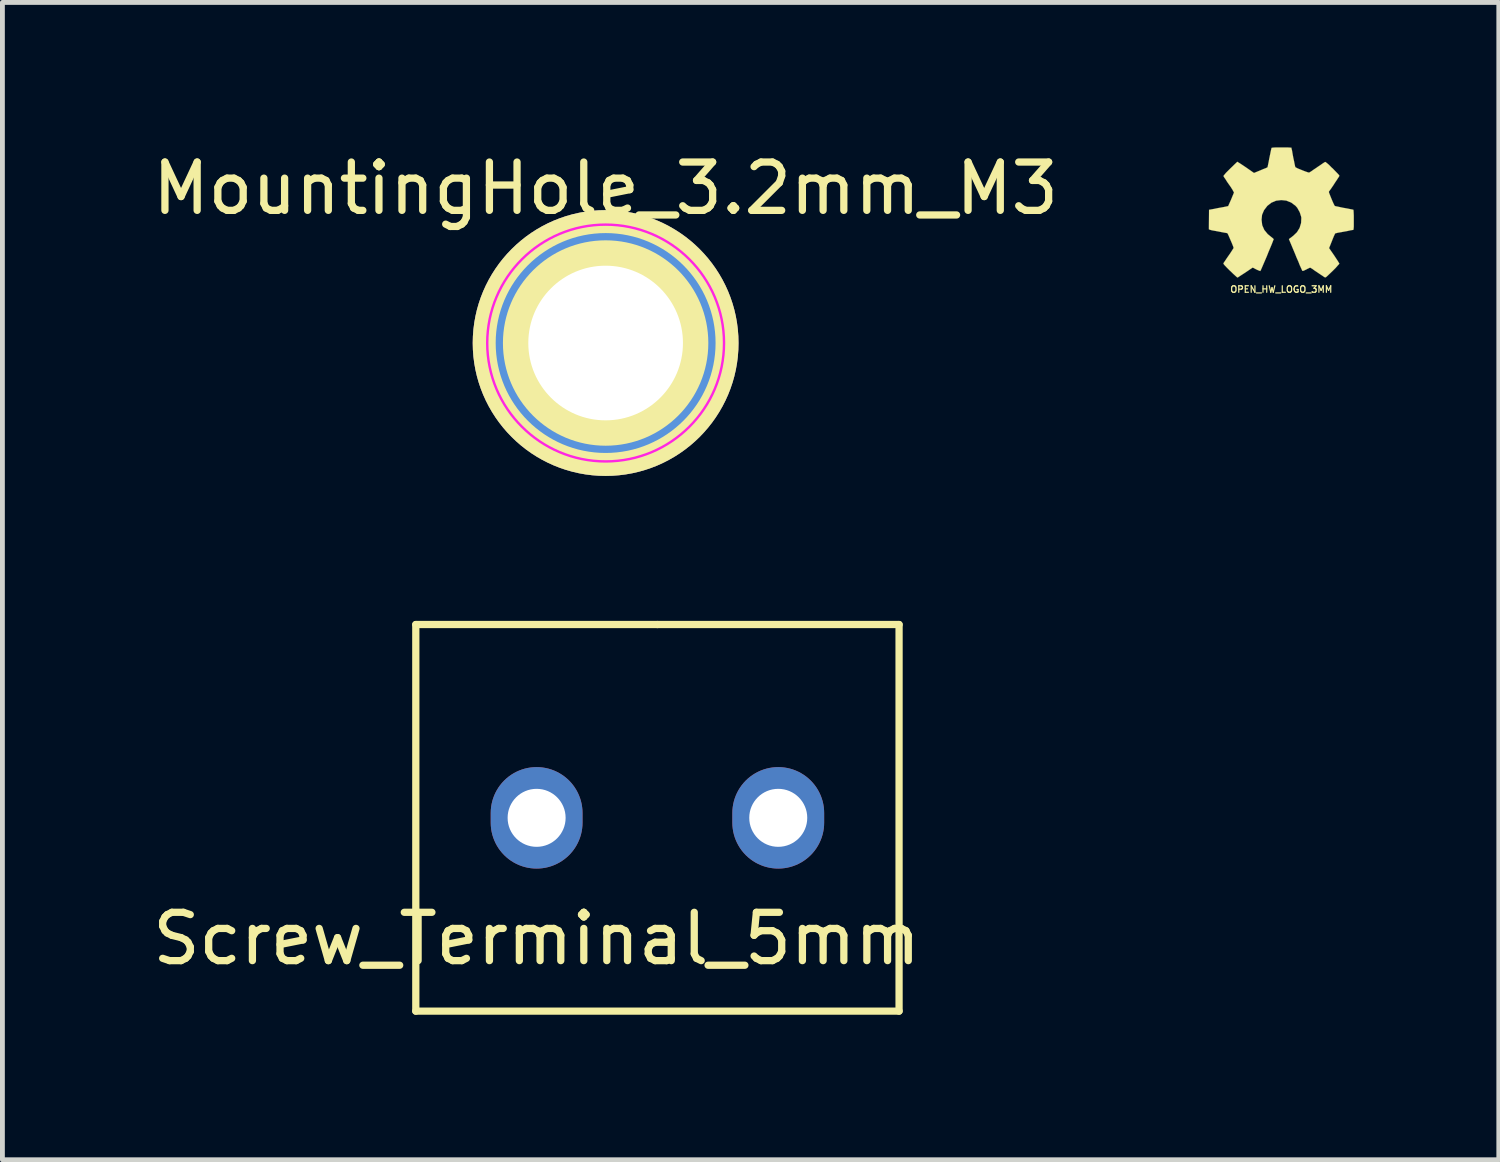
<source format=kicad_pcb>
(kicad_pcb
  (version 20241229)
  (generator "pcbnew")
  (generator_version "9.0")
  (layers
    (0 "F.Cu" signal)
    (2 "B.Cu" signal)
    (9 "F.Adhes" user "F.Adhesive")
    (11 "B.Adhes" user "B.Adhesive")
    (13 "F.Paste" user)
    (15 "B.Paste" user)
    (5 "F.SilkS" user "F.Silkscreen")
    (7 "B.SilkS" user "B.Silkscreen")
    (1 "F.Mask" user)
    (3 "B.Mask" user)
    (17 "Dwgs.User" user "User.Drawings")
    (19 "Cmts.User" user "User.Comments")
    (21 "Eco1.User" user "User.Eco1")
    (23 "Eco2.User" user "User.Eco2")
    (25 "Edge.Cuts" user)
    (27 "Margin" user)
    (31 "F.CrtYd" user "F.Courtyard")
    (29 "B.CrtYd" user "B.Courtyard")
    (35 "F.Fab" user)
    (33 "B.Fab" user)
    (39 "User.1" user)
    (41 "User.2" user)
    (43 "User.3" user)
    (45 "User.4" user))
  (footprint "Screw_Terminal_5mm"
    (layer "F.Cu")
    (at 10.554 13.873)
    (property "Reference" "Screw_Terminal_5mm" (at -2.5 2.5 0) (layer "F.SilkS") (effects (font (size 1 1) (thickness 0.15))))
    (attr through_hole)
    (fp_line (start -5 -4) (end -5 4) (stroke (width 0.15) (type solid)) (layer "F.SilkS"))
    (fp_line (start -5 4) (end 5 4) (stroke (width 0.15) (type solid)) (layer "F.SilkS"))
    (fp_line (start 0 -4) (end -5 -4) (stroke (width 0.15) (type solid)) (layer "F.SilkS"))
    (fp_line (start 5 -4) (end 0 -4) (stroke (width 0.15) (type solid)) (layer "F.SilkS"))
    (fp_line (start 5 4) (end 5 -4) (stroke (width 0.15) (type solid)) (layer "F.SilkS"))
    (pad "1" thru_hole oval (at -2.5 0) (size 1.9 2.1) (drill 1.2) (layers "*.Cu" "*.Mask"))
    (pad "2" thru_hole oval (at 2.5 0) (size 1.9 2.1) (drill 1.2) (layers "*.Cu" "*.Mask")))
  (footprint "OPEN_HW_LOGO_3MM"
    (layer "F.Cu")
    (at 23.464 1.347)
    (property "Reference" "OPEN_HW_LOGO_3MM" (at 0 1.59 0) (layer "F.SilkS") (effects (font (size 0.135 0.135) (thickness 0.025))))
    (attr through_hole)
    (fp_poly (pts (xy -0.909 1.346) (xy -0.892 1.339) (xy -0.859 1.316) (xy -0.808 1.283) (xy -0.749 1.245) (xy -0.688 1.204) (xy -0.64 1.171) (xy -0.605 1.148) (xy -0.592 1.14) (xy -0.584 1.143) (xy -0.556 1.158) (xy -0.516 1.179) (xy -0.49 1.191) (xy -0.452 1.206) (xy -0.434 1.212) (xy -0.432 1.206) (xy -0.417 1.176) (xy -0.396 1.128) (xy -0.368 1.062) (xy -0.335 0.986) (xy -0.3 0.904) (xy -0.267 0.82) (xy -0.234 0.742) (xy -0.203 0.668) (xy -0.18 0.61) (xy -0.165 0.569) (xy -0.157 0.551) (xy -0.16 0.549) (xy -0.178 0.531) (xy -0.211 0.505) (xy -0.282 0.447) (xy -0.353 0.361) (xy -0.396 0.262) (xy -0.409 0.15) (xy -0.399 0.048) (xy -0.358 -0.048) (xy -0.29 -0.137) (xy -0.206 -0.203) (xy -0.109 -0.244) (xy 0 -0.257) (xy 0.104 -0.246) (xy 0.203 -0.206) (xy 0.292 -0.14) (xy 0.33 -0.097) (xy 0.381 -0.005) (xy 0.411 0.089) (xy 0.414 0.112) (xy 0.409 0.218) (xy 0.378 0.32) (xy 0.323 0.409) (xy 0.246 0.483) (xy 0.236 0.49) (xy 0.201 0.518) (xy 0.175 0.536) (xy 0.157 0.551) (xy 0.292 0.874) (xy 0.312 0.925) (xy 0.351 1.013) (xy 0.381 1.09) (xy 0.409 1.151) (xy 0.427 1.191) (xy 0.434 1.206) (xy 0.447 1.209) (xy 0.47 1.201) (xy 0.516 1.179) (xy 0.546 1.163) (xy 0.579 1.148) (xy 0.594 1.14) (xy 0.61 1.148) (xy 0.643 1.168) (xy 0.688 1.201) (xy 0.747 1.24) (xy 0.803 1.278) (xy 0.853 1.311) (xy 0.889 1.336) (xy 0.907 1.344) (xy 0.909 1.344) (xy 0.927 1.336) (xy 0.955 1.311) (xy 0.998 1.27) (xy 1.062 1.209) (xy 1.072 1.199) (xy 1.123 1.148) (xy 1.163 1.102) (xy 1.191 1.072) (xy 1.201 1.059) (xy 1.191 1.041) (xy 1.168 1.003) (xy 1.135 0.953) (xy 1.095 0.892) (xy 0.988 0.737) (xy 1.046 0.592) (xy 1.064 0.546) (xy 1.087 0.49) (xy 1.105 0.452) (xy 1.113 0.434) (xy 1.13 0.429) (xy 1.168 0.419) (xy 1.227 0.409) (xy 1.298 0.396) (xy 1.364 0.384) (xy 1.422 0.371) (xy 1.466 0.363) (xy 1.486 0.361) (xy 1.491 0.356) (xy 1.494 0.348) (xy 1.496 0.328) (xy 1.499 0.29) (xy 1.499 0.234) (xy 1.499 0.15) (xy 1.499 0.142) (xy 1.499 0.064) (xy 1.496 0) (xy 1.494 -0.038) (xy 1.491 -0.056) (xy 1.473 -0.061) (xy 1.43 -0.069) (xy 1.372 -0.081) (xy 1.3 -0.094) (xy 1.295 -0.094) (xy 1.224 -0.109) (xy 1.166 -0.122) (xy 1.123 -0.13) (xy 1.105 -0.137) (xy 1.102 -0.142) (xy 1.087 -0.17) (xy 1.067 -0.213) (xy 1.044 -0.267) (xy 1.021 -0.323) (xy 1.001 -0.373) (xy 0.988 -0.409) (xy 0.983 -0.427) (xy 0.993 -0.445) (xy 1.019 -0.48) (xy 1.054 -0.531) (xy 1.095 -0.592) (xy 1.097 -0.597) (xy 1.138 -0.658) (xy 1.171 -0.709) (xy 1.194 -0.744) (xy 1.201 -0.759) (xy 1.201 -0.762) (xy 1.189 -0.78) (xy 1.158 -0.813) (xy 1.113 -0.859) (xy 1.062 -0.912) (xy 1.044 -0.927) (xy 0.986 -0.986) (xy 0.945 -1.021) (xy 0.919 -1.041) (xy 0.909 -1.046) (xy 0.907 -1.046) (xy 0.889 -1.036) (xy 0.851 -1.011) (xy 0.8 -0.975) (xy 0.739 -0.935) (xy 0.737 -0.932) (xy 0.676 -0.892) (xy 0.625 -0.856) (xy 0.589 -0.833) (xy 0.574 -0.826) (xy 0.572 -0.826) (xy 0.549 -0.831) (xy 0.505 -0.846) (xy 0.452 -0.866) (xy 0.396 -0.889) (xy 0.345 -0.909) (xy 0.31 -0.927) (xy 0.292 -0.937) (xy 0.29 -0.937) (xy 0.284 -0.96) (xy 0.274 -1.006) (xy 0.262 -1.067) (xy 0.246 -1.14) (xy 0.244 -1.151) (xy 0.231 -1.224) (xy 0.221 -1.283) (xy 0.211 -1.323) (xy 0.208 -1.341) (xy 0.198 -1.341) (xy 0.163 -1.344) (xy 0.109 -1.346) (xy 0.043 -1.346) (xy -0.023 -1.346) (xy -0.089 -1.346) (xy -0.145 -1.344) (xy -0.185 -1.341) (xy -0.203 -1.336) (xy -0.208 -1.313) (xy -0.218 -1.27) (xy -0.231 -1.206) (xy -0.246 -1.133) (xy -0.249 -1.12) (xy -0.262 -1.049) (xy -0.274 -0.991) (xy -0.282 -0.95) (xy -0.287 -0.935) (xy -0.292 -0.932) (xy -0.323 -0.917) (xy -0.371 -0.899) (xy -0.429 -0.874) (xy -0.566 -0.818) (xy -0.734 -0.935) (xy -0.749 -0.945) (xy -0.81 -0.986) (xy -0.861 -1.019) (xy -0.897 -1.041) (xy -0.909 -1.049) (xy -0.912 -1.049) (xy -0.927 -1.034) (xy -0.96 -1.003) (xy -1.006 -0.958) (xy -1.059 -0.907) (xy -1.1 -0.866) (xy -1.146 -0.82) (xy -1.173 -0.787) (xy -1.191 -0.767) (xy -1.196 -0.754) (xy -1.194 -0.747) (xy -1.184 -0.729) (xy -1.158 -0.693) (xy -1.125 -0.64) (xy -1.085 -0.582) (xy -1.049 -0.531) (xy -1.013 -0.475) (xy -0.991 -0.434) (xy -0.98 -0.417) (xy -0.983 -0.406) (xy -0.996 -0.373) (xy -1.016 -0.325) (xy -1.041 -0.264) (xy -1.1 -0.132) (xy -1.186 -0.114) (xy -1.24 -0.104) (xy -1.313 -0.091) (xy -1.384 -0.076) (xy -1.496 -0.056) (xy -1.499 0.348) (xy -1.481 0.356) (xy -1.466 0.361) (xy -1.425 0.371) (xy -1.367 0.381) (xy -1.298 0.394) (xy -1.237 0.406) (xy -1.179 0.417) (xy -1.135 0.424) (xy -1.118 0.429) (xy -1.113 0.434) (xy -1.097 0.465) (xy -1.077 0.511) (xy -1.054 0.564) (xy -1.029 0.622) (xy -1.008 0.673) (xy -0.993 0.714) (xy -0.988 0.734) (xy -0.996 0.749) (xy -1.019 0.785) (xy -1.052 0.836) (xy -1.092 0.894) (xy -1.133 0.953) (xy -1.166 1.003) (xy -1.191 1.039) (xy -1.199 1.057) (xy -1.194 1.067) (xy -1.171 1.095) (xy -1.128 1.14) (xy -1.062 1.206) (xy -1.049 1.217) (xy -0.998 1.267) (xy -0.953 1.308) (xy -0.922 1.336) (xy -0.909 1.346)) (stroke (width 0.003) (type solid)) (fill yes) (layer "F.SilkS")))
  (footprint "MountingHole_3.2mm_M3"
    (layer "F.Cu")
    (at 9.482 4.048)
    (property "Reference" "MountingHole_3.2mm_M3" (at 0 -3.2 0) (layer "F.SilkS") (effects (font (size 1 1) (thickness 0.15))))
    (attr through_hole)
    (fp_circle (center 0 0) (end 2.2 0) (stroke (width 0.15) (type solid)) (fill no) (layer "Cmts.User"))
    (fp_circle (center 0 0) (end 2.45 0) (stroke (width 0.05) (type solid)) (fill no) (layer "F.CrtYd"))
    (pad "" np_thru_hole circle (at 0 0) (size 5.5 5.5) (drill 3.2) (layers "*.Cu" "*.Mask" "F.SilkS")))
  (gr_rect
    (start -3 -3)
    (end 27.964 20.948)
    (stroke (width 0.1) (type default))
    (fill no)
    (layer "Edge.Cuts")))
</source>
